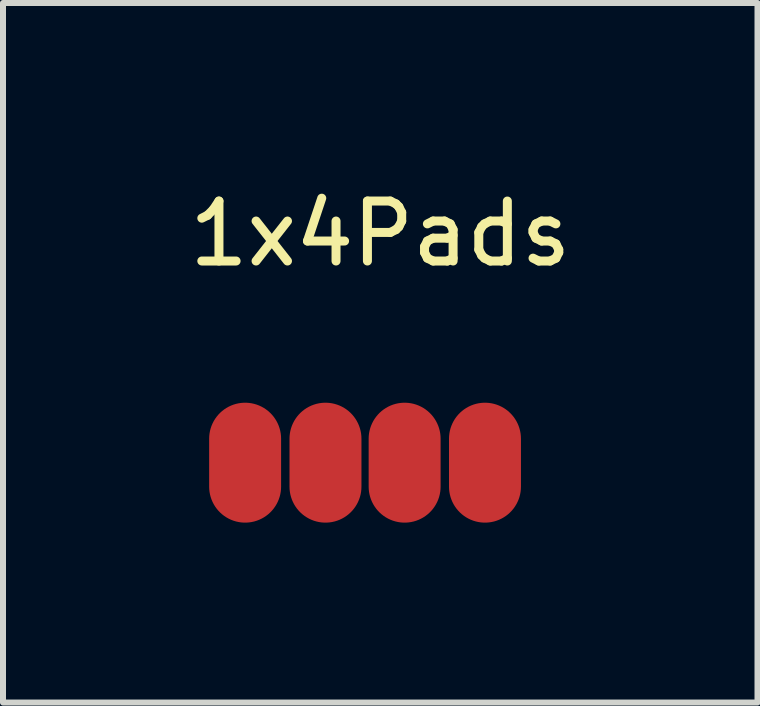
<source format=kicad_pcb>
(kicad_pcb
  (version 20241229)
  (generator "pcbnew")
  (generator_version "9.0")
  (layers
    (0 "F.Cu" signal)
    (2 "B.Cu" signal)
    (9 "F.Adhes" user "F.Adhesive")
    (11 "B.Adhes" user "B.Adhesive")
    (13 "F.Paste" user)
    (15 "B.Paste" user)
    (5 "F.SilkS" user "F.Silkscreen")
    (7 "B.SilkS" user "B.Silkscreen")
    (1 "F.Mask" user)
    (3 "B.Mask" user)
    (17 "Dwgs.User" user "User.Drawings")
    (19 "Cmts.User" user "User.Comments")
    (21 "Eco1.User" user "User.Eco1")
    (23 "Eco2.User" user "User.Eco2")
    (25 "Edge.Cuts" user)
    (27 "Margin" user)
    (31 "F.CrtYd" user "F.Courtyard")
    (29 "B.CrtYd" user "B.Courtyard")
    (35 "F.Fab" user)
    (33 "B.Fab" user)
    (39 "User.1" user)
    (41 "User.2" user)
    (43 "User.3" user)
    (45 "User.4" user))
  (footprint "1x4Pads"
    (layer "F.Cu")
    (at 3.038 4.666)
    (property "Reference" "1x4Pads" (at 0.254 -3.818 0) (layer "F.SilkS") (effects (font (size 1 1) (thickness 0.15))))
    (attr through_hole)
    (pad "1" smd oval (at -2 0) (size 1.2 2) (layers "F.Cu" "F.Mask" "F.Paste"))
    (pad "2" smd oval (at -0.66 0) (size 1.2 2) (layers "F.Cu" "F.Mask" "F.Paste"))
    (pad "3" smd oval (at 0.66 0) (size 1.2 2) (layers "F.Cu" "F.Mask" "F.Paste"))
    (pad "4" smd oval (at 2 0) (size 1.2 2) (layers "F.Cu" "F.Mask" "F.Paste")))
  (gr_rect
    (start -3 -3)
    (end 9.583 8.666)
    (stroke (width 0.1) (type default))
    (fill no)
    (layer "Edge.Cuts")))
</source>
